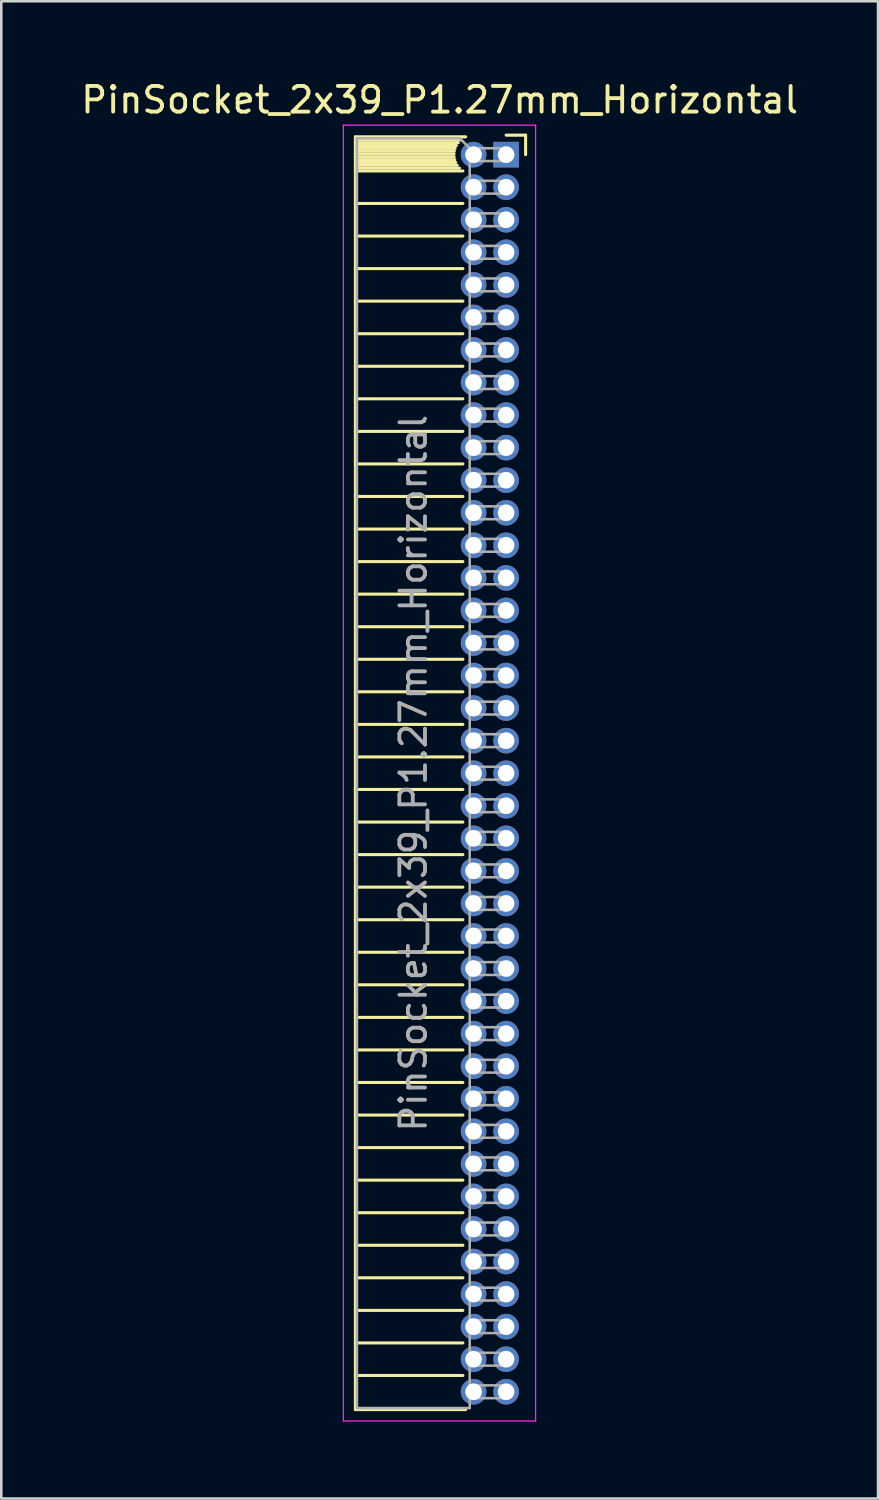
<source format=kicad_pcb>
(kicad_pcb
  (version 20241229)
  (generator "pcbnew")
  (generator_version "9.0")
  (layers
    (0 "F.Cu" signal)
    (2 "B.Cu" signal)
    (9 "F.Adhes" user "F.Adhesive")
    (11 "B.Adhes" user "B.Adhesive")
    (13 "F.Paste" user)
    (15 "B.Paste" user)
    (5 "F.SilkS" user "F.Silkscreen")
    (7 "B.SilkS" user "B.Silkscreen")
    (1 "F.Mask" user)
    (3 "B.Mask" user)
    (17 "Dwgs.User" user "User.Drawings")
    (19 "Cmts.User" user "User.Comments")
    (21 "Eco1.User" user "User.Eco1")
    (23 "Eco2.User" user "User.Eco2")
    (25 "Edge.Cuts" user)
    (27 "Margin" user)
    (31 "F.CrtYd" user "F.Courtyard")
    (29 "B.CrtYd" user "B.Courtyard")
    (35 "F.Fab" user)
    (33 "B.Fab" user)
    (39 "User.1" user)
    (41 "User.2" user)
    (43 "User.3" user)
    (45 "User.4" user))
  (footprint "PinSocket_2x39_P1.27mm_Horizontal"
    (layer "F.Cu")
    (at 16.694 2.983)
    (property "Reference" "PinSocket_2x39_P1.27mm_Horizontal" (at -2.592 -2.135 0) (layer "F.SilkS") (effects (font (size 1 1) (thickness 0.15))))
    (attr through_hole)
    (fp_line (start -5.88 -0.695) (end -5.88 48.955) (stroke (width 0.12) (type solid)) (layer "F.SilkS"))
    (fp_line (start -5.88 -0.695) (end -1.578 -0.695) (stroke (width 0.12) (type solid)) (layer "F.SilkS"))
    (fp_line (start -5.88 -0.575) (end -1.767 -0.575) (stroke (width 0.12) (type solid)) (layer "F.SilkS"))
    (fp_line (start -5.88 -0.465) (end -1.871 -0.465) (stroke (width 0.12) (type solid)) (layer "F.SilkS"))
    (fp_line (start -5.88 -0.355) (end -1.942 -0.355) (stroke (width 0.12) (type solid)) (layer "F.SilkS"))
    (fp_line (start -5.88 -0.245) (end -1.989 -0.245) (stroke (width 0.12) (type solid)) (layer "F.SilkS"))
    (fp_line (start -5.88 -0.135) (end -2.018 -0.135) (stroke (width 0.12) (type solid)) (layer "F.SilkS"))
    (fp_line (start -5.88 -0.025) (end -2.03 -0.025) (stroke (width 0.12) (type solid)) (layer "F.SilkS"))
    (fp_line (start -5.88 0.085) (end -2.025 0.085) (stroke (width 0.12) (type solid)) (layer "F.SilkS"))
    (fp_line (start -5.88 0.195) (end -2.005 0.195) (stroke (width 0.12) (type solid)) (layer "F.SilkS"))
    (fp_line (start -5.88 0.305) (end -1.966 0.305) (stroke (width 0.12) (type solid)) (layer "F.SilkS"))
    (fp_line (start -5.88 0.415) (end -1.907 0.415) (stroke (width 0.12) (type solid)) (layer "F.SilkS"))
    (fp_line (start -5.88 0.525) (end -1.82 0.525) (stroke (width 0.12) (type solid)) (layer "F.SilkS"))
    (fp_line (start -5.88 0.635) (end -1.688 0.635) (stroke (width 0.12) (type solid)) (layer "F.SilkS"))
    (fp_line (start -5.88 1.905) (end -1.688 1.905) (stroke (width 0.12) (type solid)) (layer "F.SilkS"))
    (fp_line (start -5.88 3.175) (end -1.688 3.175) (stroke (width 0.12) (type solid)) (layer "F.SilkS"))
    (fp_line (start -5.88 4.445) (end -1.688 4.445) (stroke (width 0.12) (type solid)) (layer "F.SilkS"))
    (fp_line (start -5.88 5.715) (end -1.688 5.715) (stroke (width 0.12) (type solid)) (layer "F.SilkS"))
    (fp_line (start -5.88 6.985) (end -1.688 6.985) (stroke (width 0.12) (type solid)) (layer "F.SilkS"))
    (fp_line (start -5.88 8.255) (end -1.688 8.255) (stroke (width 0.12) (type solid)) (layer "F.SilkS"))
    (fp_line (start -5.88 9.525) (end -1.688 9.525) (stroke (width 0.12) (type solid)) (layer "F.SilkS"))
    (fp_line (start -5.88 10.795) (end -1.688 10.795) (stroke (width 0.12) (type solid)) (layer "F.SilkS"))
    (fp_line (start -5.88 12.065) (end -1.688 12.065) (stroke (width 0.12) (type solid)) (layer "F.SilkS"))
    (fp_line (start -5.88 13.335) (end -1.688 13.335) (stroke (width 0.12) (type solid)) (layer "F.SilkS"))
    (fp_line (start -5.88 14.605) (end -1.688 14.605) (stroke (width 0.12) (type solid)) (layer "F.SilkS"))
    (fp_line (start -5.88 15.875) (end -1.688 15.875) (stroke (width 0.12) (type solid)) (layer "F.SilkS"))
    (fp_line (start -5.88 17.145) (end -1.688 17.145) (stroke (width 0.12) (type solid)) (layer "F.SilkS"))
    (fp_line (start -5.88 18.415) (end -1.688 18.415) (stroke (width 0.12) (type solid)) (layer "F.SilkS"))
    (fp_line (start -5.88 19.685) (end -1.688 19.685) (stroke (width 0.12) (type solid)) (layer "F.SilkS"))
    (fp_line (start -5.88 20.955) (end -1.688 20.955) (stroke (width 0.12) (type solid)) (layer "F.SilkS"))
    (fp_line (start -5.88 22.225) (end -1.688 22.225) (stroke (width 0.12) (type solid)) (layer "F.SilkS"))
    (fp_line (start -5.88 23.495) (end -1.688 23.495) (stroke (width 0.12) (type solid)) (layer "F.SilkS"))
    (fp_line (start -5.88 24.765) (end -1.688 24.765) (stroke (width 0.12) (type solid)) (layer "F.SilkS"))
    (fp_line (start -5.88 26.035) (end -1.688 26.035) (stroke (width 0.12) (type solid)) (layer "F.SilkS"))
    (fp_line (start -5.88 27.305) (end -1.688 27.305) (stroke (width 0.12) (type solid)) (layer "F.SilkS"))
    (fp_line (start -5.88 28.575) (end -1.688 28.575) (stroke (width 0.12) (type solid)) (layer "F.SilkS"))
    (fp_line (start -5.88 29.845) (end -1.688 29.845) (stroke (width 0.12) (type solid)) (layer "F.SilkS"))
    (fp_line (start -5.88 31.115) (end -1.688 31.115) (stroke (width 0.12) (type solid)) (layer "F.SilkS"))
    (fp_line (start -5.88 32.385) (end -1.688 32.385) (stroke (width 0.12) (type solid)) (layer "F.SilkS"))
    (fp_line (start -5.88 33.655) (end -1.688 33.655) (stroke (width 0.12) (type solid)) (layer "F.SilkS"))
    (fp_line (start -5.88 34.925) (end -1.688 34.925) (stroke (width 0.12) (type solid)) (layer "F.SilkS"))
    (fp_line (start -5.88 36.195) (end -1.688 36.195) (stroke (width 0.12) (type solid)) (layer "F.SilkS"))
    (fp_line (start -5.88 37.465) (end -1.688 37.465) (stroke (width 0.12) (type solid)) (layer "F.SilkS"))
    (fp_line (start -5.88 38.735) (end -1.688 38.735) (stroke (width 0.12) (type solid)) (layer "F.SilkS"))
    (fp_line (start -5.88 40.005) (end -1.688 40.005) (stroke (width 0.12) (type solid)) (layer "F.SilkS"))
    (fp_line (start -5.88 41.275) (end -1.688 41.275) (stroke (width 0.12) (type solid)) (layer "F.SilkS"))
    (fp_line (start -5.88 42.545) (end -1.688 42.545) (stroke (width 0.12) (type solid)) (layer "F.SilkS"))
    (fp_line (start -5.88 43.815) (end -1.688 43.815) (stroke (width 0.12) (type solid)) (layer "F.SilkS"))
    (fp_line (start -5.88 45.085) (end -1.688 45.085) (stroke (width 0.12) (type solid)) (layer "F.SilkS"))
    (fp_line (start -5.88 46.355) (end -1.688 46.355) (stroke (width 0.12) (type solid)) (layer "F.SilkS"))
    (fp_line (start -5.88 47.625) (end -1.688 47.625) (stroke (width 0.12) (type solid)) (layer "F.SilkS"))
    (fp_line (start -5.88 48.955) (end -1.578 48.955) (stroke (width 0.12) (type solid)) (layer "F.SilkS"))
    (fp_line (start 0 -0.76) (end 0.76 -0.76) (stroke (width 0.12) (type solid)) (layer "F.SilkS"))
    (fp_line (start 0.76 -0.76) (end 0.76 0) (stroke (width 0.12) (type solid)) (layer "F.SilkS"))
    (fp_line (start -6.35 -1.15) (end -6.35 49.4) (stroke (width 0.05) (type solid)) (layer "F.CrtYd"))
    (fp_line (start -6.35 49.4) (end 1.15 49.4) (stroke (width 0.05) (type solid)) (layer "F.CrtYd"))
    (fp_line (start 1.15 -1.15) (end -6.35 -1.15) (stroke (width 0.05) (type solid)) (layer "F.CrtYd"))
    (fp_line (start 1.15 49.4) (end 1.15 -1.15) (stroke (width 0.05) (type solid)) (layer "F.CrtYd"))
    (fp_line (start -5.82 -0.635) (end -1.805 -0.635) (stroke (width 0.1) (type solid)) (layer "F.Fab"))
    (fp_line (start -5.82 48.895) (end -5.82 -0.635) (stroke (width 0.1) (type solid)) (layer "F.Fab"))
    (fp_line (start -1.805 -0.635) (end -1.42 -0.25) (stroke (width 0.1) (type solid)) (layer "F.Fab"))
    (fp_line (start -1.42 -0.25) (end -1.42 48.895) (stroke (width 0.1) (type solid)) (layer "F.Fab"))
    (fp_line (start -1.42 0.25) (end 0 0.25) (stroke (width 0.1) (type solid)) (layer "F.Fab"))
    (fp_line (start -1.42 1.52) (end 0 1.52) (stroke (width 0.1) (type solid)) (layer "F.Fab"))
    (fp_line (start -1.42 2.79) (end 0 2.79) (stroke (width 0.1) (type solid)) (layer "F.Fab"))
    (fp_line (start -1.42 4.06) (end 0 4.06) (stroke (width 0.1) (type solid)) (layer "F.Fab"))
    (fp_line (start -1.42 5.33) (end 0 5.33) (stroke (width 0.1) (type solid)) (layer "F.Fab"))
    (fp_line (start -1.42 6.6) (end 0 6.6) (stroke (width 0.1) (type solid)) (layer "F.Fab"))
    (fp_line (start -1.42 7.87) (end 0 7.87) (stroke (width 0.1) (type solid)) (layer "F.Fab"))
    (fp_line (start -1.42 9.14) (end 0 9.14) (stroke (width 0.1) (type solid)) (layer "F.Fab"))
    (fp_line (start -1.42 10.41) (end 0 10.41) (stroke (width 0.1) (type solid)) (layer "F.Fab"))
    (fp_line (start -1.42 11.68) (end 0 11.68) (stroke (width 0.1) (type solid)) (layer "F.Fab"))
    (fp_line (start -1.42 12.95) (end 0 12.95) (stroke (width 0.1) (type solid)) (layer "F.Fab"))
    (fp_line (start -1.42 14.22) (end 0 14.22) (stroke (width 0.1) (type solid)) (layer "F.Fab"))
    (fp_line (start -1.42 15.49) (end 0 15.49) (stroke (width 0.1) (type solid)) (layer "F.Fab"))
    (fp_line (start -1.42 16.76) (end 0 16.76) (stroke (width 0.1) (type solid)) (layer "F.Fab"))
    (fp_line (start -1.42 18.03) (end 0 18.03) (stroke (width 0.1) (type solid)) (layer "F.Fab"))
    (fp_line (start -1.42 19.3) (end 0 19.3) (stroke (width 0.1) (type solid)) (layer "F.Fab"))
    (fp_line (start -1.42 20.57) (end 0 20.57) (stroke (width 0.1) (type solid)) (layer "F.Fab"))
    (fp_line (start -1.42 21.84) (end 0 21.84) (stroke (width 0.1) (type solid)) (layer "F.Fab"))
    (fp_line (start -1.42 23.11) (end 0 23.11) (stroke (width 0.1) (type solid)) (layer "F.Fab"))
    (fp_line (start -1.42 24.38) (end 0 24.38) (stroke (width 0.1) (type solid)) (layer "F.Fab"))
    (fp_line (start -1.42 25.65) (end 0 25.65) (stroke (width 0.1) (type solid)) (layer "F.Fab"))
    (fp_line (start -1.42 26.92) (end 0 26.92) (stroke (width 0.1) (type solid)) (layer "F.Fab"))
    (fp_line (start -1.42 28.19) (end 0 28.19) (stroke (width 0.1) (type solid)) (layer "F.Fab"))
    (fp_line (start -1.42 29.46) (end 0 29.46) (stroke (width 0.1) (type solid)) (layer "F.Fab"))
    (fp_line (start -1.42 30.73) (end 0 30.73) (stroke (width 0.1) (type solid)) (layer "F.Fab"))
    (fp_line (start -1.42 32) (end 0 32) (stroke (width 0.1) (type solid)) (layer "F.Fab"))
    (fp_line (start -1.42 33.27) (end 0 33.27) (stroke (width 0.1) (type solid)) (layer "F.Fab"))
    (fp_line (start -1.42 34.54) (end 0 34.54) (stroke (width 0.1) (type solid)) (layer "F.Fab"))
    (fp_line (start -1.42 35.81) (end 0 35.81) (stroke (width 0.1) (type solid)) (layer "F.Fab"))
    (fp_line (start -1.42 37.08) (end 0 37.08) (stroke (width 0.1) (type solid)) (layer "F.Fab"))
    (fp_line (start -1.42 38.35) (end 0 38.35) (stroke (width 0.1) (type solid)) (layer "F.Fab"))
    (fp_line (start -1.42 39.62) (end 0 39.62) (stroke (width 0.1) (type solid)) (layer "F.Fab"))
    (fp_line (start -1.42 40.89) (end 0 40.89) (stroke (width 0.1) (type solid)) (layer "F.Fab"))
    (fp_line (start -1.42 42.16) (end 0 42.16) (stroke (width 0.1) (type solid)) (layer "F.Fab"))
    (fp_line (start -1.42 43.43) (end 0 43.43) (stroke (width 0.1) (type solid)) (layer "F.Fab"))
    (fp_line (start -1.42 44.7) (end 0 44.7) (stroke (width 0.1) (type solid)) (layer "F.Fab"))
    (fp_line (start -1.42 45.97) (end 0 45.97) (stroke (width 0.1) (type solid)) (layer "F.Fab"))
    (fp_line (start -1.42 47.24) (end 0 47.24) (stroke (width 0.1) (type solid)) (layer "F.Fab"))
    (fp_line (start -1.42 48.51) (end 0 48.51) (stroke (width 0.1) (type solid)) (layer "F.Fab"))
    (fp_line (start -1.42 48.895) (end -5.82 48.895) (stroke (width 0.1) (type solid)) (layer "F.Fab"))
    (fp_line (start 0 -0.25) (end -1.42 -0.25) (stroke (width 0.1) (type solid)) (layer "F.Fab"))
    (fp_line (start 0 0.25) (end 0 -0.25) (stroke (width 0.1) (type solid)) (layer "F.Fab"))
    (fp_line (start 0 1.02) (end -1.42 1.02) (stroke (width 0.1) (type solid)) (layer "F.Fab"))
    (fp_line (start 0 1.52) (end 0 1.02) (stroke (width 0.1) (type solid)) (layer "F.Fab"))
    (fp_line (start 0 2.29) (end -1.42 2.29) (stroke (width 0.1) (type solid)) (layer "F.Fab"))
    (fp_line (start 0 2.79) (end 0 2.29) (stroke (width 0.1) (type solid)) (layer "F.Fab"))
    (fp_line (start 0 3.56) (end -1.42 3.56) (stroke (width 0.1) (type solid)) (layer "F.Fab"))
    (fp_line (start 0 4.06) (end 0 3.56) (stroke (width 0.1) (type solid)) (layer "F.Fab"))
    (fp_line (start 0 4.83) (end -1.42 4.83) (stroke (width 0.1) (type solid)) (layer "F.Fab"))
    (fp_line (start 0 5.33) (end 0 4.83) (stroke (width 0.1) (type solid)) (layer "F.Fab"))
    (fp_line (start 0 6.1) (end -1.42 6.1) (stroke (width 0.1) (type solid)) (layer "F.Fab"))
    (fp_line (start 0 6.6) (end 0 6.1) (stroke (width 0.1) (type solid)) (layer "F.Fab"))
    (fp_line (start 0 7.37) (end -1.42 7.37) (stroke (width 0.1) (type solid)) (layer "F.Fab"))
    (fp_line (start 0 7.87) (end 0 7.37) (stroke (width 0.1) (type solid)) (layer "F.Fab"))
    (fp_line (start 0 8.64) (end -1.42 8.64) (stroke (width 0.1) (type solid)) (layer "F.Fab"))
    (fp_line (start 0 9.14) (end 0 8.64) (stroke (width 0.1) (type solid)) (layer "F.Fab"))
    (fp_line (start 0 9.91) (end -1.42 9.91) (stroke (width 0.1) (type solid)) (layer "F.Fab"))
    (fp_line (start 0 10.41) (end 0 9.91) (stroke (width 0.1) (type solid)) (layer "F.Fab"))
    (fp_line (start 0 11.18) (end -1.42 11.18) (stroke (width 0.1) (type solid)) (layer "F.Fab"))
    (fp_line (start 0 11.68) (end 0 11.18) (stroke (width 0.1) (type solid)) (layer "F.Fab"))
    (fp_line (start 0 12.45) (end -1.42 12.45) (stroke (width 0.1) (type solid)) (layer "F.Fab"))
    (fp_line (start 0 12.95) (end 0 12.45) (stroke (width 0.1) (type solid)) (layer "F.Fab"))
    (fp_line (start 0 13.72) (end -1.42 13.72) (stroke (width 0.1) (type solid)) (layer "F.Fab"))
    (fp_line (start 0 14.22) (end 0 13.72) (stroke (width 0.1) (type solid)) (layer "F.Fab"))
    (fp_line (start 0 14.99) (end -1.42 14.99) (stroke (width 0.1) (type solid)) (layer "F.Fab"))
    (fp_line (start 0 15.49) (end 0 14.99) (stroke (width 0.1) (type solid)) (layer "F.Fab"))
    (fp_line (start 0 16.26) (end -1.42 16.26) (stroke (width 0.1) (type solid)) (layer "F.Fab"))
    (fp_line (start 0 16.76) (end 0 16.26) (stroke (width 0.1) (type solid)) (layer "F.Fab"))
    (fp_line (start 0 17.53) (end -1.42 17.53) (stroke (width 0.1) (type solid)) (layer "F.Fab"))
    (fp_line (start 0 18.03) (end 0 17.53) (stroke (width 0.1) (type solid)) (layer "F.Fab"))
    (fp_line (start 0 18.8) (end -1.42 18.8) (stroke (width 0.1) (type solid)) (layer "F.Fab"))
    (fp_line (start 0 19.3) (end 0 18.8) (stroke (width 0.1) (type solid)) (layer "F.Fab"))
    (fp_line (start 0 20.07) (end -1.42 20.07) (stroke (width 0.1) (type solid)) (layer "F.Fab"))
    (fp_line (start 0 20.57) (end 0 20.07) (stroke (width 0.1) (type solid)) (layer "F.Fab"))
    (fp_line (start 0 21.34) (end -1.42 21.34) (stroke (width 0.1) (type solid)) (layer "F.Fab"))
    (fp_line (start 0 21.84) (end 0 21.34) (stroke (width 0.1) (type solid)) (layer "F.Fab"))
    (fp_line (start 0 22.61) (end -1.42 22.61) (stroke (width 0.1) (type solid)) (layer "F.Fab"))
    (fp_line (start 0 23.11) (end 0 22.61) (stroke (width 0.1) (type solid)) (layer "F.Fab"))
    (fp_line (start 0 23.88) (end -1.42 23.88) (stroke (width 0.1) (type solid)) (layer "F.Fab"))
    (fp_line (start 0 24.38) (end 0 23.88) (stroke (width 0.1) (type solid)) (layer "F.Fab"))
    (fp_line (start 0 25.15) (end -1.42 25.15) (stroke (width 0.1) (type solid)) (layer "F.Fab"))
    (fp_line (start 0 25.65) (end 0 25.15) (stroke (width 0.1) (type solid)) (layer "F.Fab"))
    (fp_line (start 0 26.42) (end -1.42 26.42) (stroke (width 0.1) (type solid)) (layer "F.Fab"))
    (fp_line (start 0 26.92) (end 0 26.42) (stroke (width 0.1) (type solid)) (layer "F.Fab"))
    (fp_line (start 0 27.69) (end -1.42 27.69) (stroke (width 0.1) (type solid)) (layer "F.Fab"))
    (fp_line (start 0 28.19) (end 0 27.69) (stroke (width 0.1) (type solid)) (layer "F.Fab"))
    (fp_line (start 0 28.96) (end -1.42 28.96) (stroke (width 0.1) (type solid)) (layer "F.Fab"))
    (fp_line (start 0 29.46) (end 0 28.96) (stroke (width 0.1) (type solid)) (layer "F.Fab"))
    (fp_line (start 0 30.23) (end -1.42 30.23) (stroke (width 0.1) (type solid)) (layer "F.Fab"))
    (fp_line (start 0 30.73) (end 0 30.23) (stroke (width 0.1) (type solid)) (layer "F.Fab"))
    (fp_line (start 0 31.5) (end -1.42 31.5) (stroke (width 0.1) (type solid)) (layer "F.Fab"))
    (fp_line (start 0 32) (end 0 31.5) (stroke (width 0.1) (type solid)) (layer "F.Fab"))
    (fp_line (start 0 32.77) (end -1.42 32.77) (stroke (width 0.1) (type solid)) (layer "F.Fab"))
    (fp_line (start 0 33.27) (end 0 32.77) (stroke (width 0.1) (type solid)) (layer "F.Fab"))
    (fp_line (start 0 34.04) (end -1.42 34.04) (stroke (width 0.1) (type solid)) (layer "F.Fab"))
    (fp_line (start 0 34.54) (end 0 34.04) (stroke (width 0.1) (type solid)) (layer "F.Fab"))
    (fp_line (start 0 35.31) (end -1.42 35.31) (stroke (width 0.1) (type solid)) (layer "F.Fab"))
    (fp_line (start 0 35.81) (end 0 35.31) (stroke (width 0.1) (type solid)) (layer "F.Fab"))
    (fp_line (start 0 36.58) (end -1.42 36.58) (stroke (width 0.1) (type solid)) (layer "F.Fab"))
    (fp_line (start 0 37.08) (end 0 36.58) (stroke (width 0.1) (type solid)) (layer "F.Fab"))
    (fp_line (start 0 37.85) (end -1.42 37.85) (stroke (width 0.1) (type solid)) (layer "F.Fab"))
    (fp_line (start 0 38.35) (end 0 37.85) (stroke (width 0.1) (type solid)) (layer "F.Fab"))
    (fp_line (start 0 39.12) (end -1.42 39.12) (stroke (width 0.1) (type solid)) (layer "F.Fab"))
    (fp_line (start 0 39.62) (end 0 39.12) (stroke (width 0.1) (type solid)) (layer "F.Fab"))
    (fp_line (start 0 40.39) (end -1.42 40.39) (stroke (width 0.1) (type solid)) (layer "F.Fab"))
    (fp_line (start 0 40.89) (end 0 40.39) (stroke (width 0.1) (type solid)) (layer "F.Fab"))
    (fp_line (start 0 41.66) (end -1.42 41.66) (stroke (width 0.1) (type solid)) (layer "F.Fab"))
    (fp_line (start 0 42.16) (end 0 41.66) (stroke (width 0.1) (type solid)) (layer "F.Fab"))
    (fp_line (start 0 42.93) (end -1.42 42.93) (stroke (width 0.1) (type solid)) (layer "F.Fab"))
    (fp_line (start 0 43.43) (end 0 42.93) (stroke (width 0.1) (type solid)) (layer "F.Fab"))
    (fp_line (start 0 44.2) (end -1.42 44.2) (stroke (width 0.1) (type solid)) (layer "F.Fab"))
    (fp_line (start 0 44.7) (end 0 44.2) (stroke (width 0.1) (type solid)) (layer "F.Fab"))
    (fp_line (start 0 45.47) (end -1.42 45.47) (stroke (width 0.1) (type solid)) (layer "F.Fab"))
    (fp_line (start 0 45.97) (end 0 45.47) (stroke (width 0.1) (type solid)) (layer "F.Fab"))
    (fp_line (start 0 46.74) (end -1.42 46.74) (stroke (width 0.1) (type solid)) (layer "F.Fab"))
    (fp_line (start 0 47.24) (end 0 46.74) (stroke (width 0.1) (type solid)) (layer "F.Fab"))
    (fp_line (start 0 48.01) (end -1.42 48.01) (stroke (width 0.1) (type solid)) (layer "F.Fab"))
    (fp_line (start 0 48.51) (end 0 48.01) (stroke (width 0.1) (type solid)) (layer "F.Fab"))
    (fp_text user "${REFERENCE}" (at -3.62 24.13 90) (layer "F.Fab") (effects (font (size 1 1) (thickness 0.15))))
    (pad "1" thru_hole rect (at 0 0) (size 1 1) (drill 0.65) (layers "*.Cu" "*.Mask"))
    (pad "2" thru_hole circle (at -1.27 0) (size 1 1) (drill 0.65) (layers "*.Cu" "*.Mask"))
    (pad "3" thru_hole circle (at 0 1.27) (size 1 1) (drill 0.65) (layers "*.Cu" "*.Mask"))
    (pad "4" thru_hole circle (at -1.27 1.27) (size 1 1) (drill 0.65) (layers "*.Cu" "*.Mask"))
    (pad "5" thru_hole circle (at 0 2.54) (size 1 1) (drill 0.65) (layers "*.Cu" "*.Mask"))
    (pad "6" thru_hole circle (at -1.27 2.54) (size 1 1) (drill 0.65) (layers "*.Cu" "*.Mask"))
    (pad "7" thru_hole circle (at 0 3.81) (size 1 1) (drill 0.65) (layers "*.Cu" "*.Mask"))
    (pad "8" thru_hole circle (at -1.27 3.81) (size 1 1) (drill 0.65) (layers "*.Cu" "*.Mask"))
    (pad "9" thru_hole circle (at 0 5.08) (size 1 1) (drill 0.65) (layers "*.Cu" "*.Mask"))
    (pad "10" thru_hole circle (at -1.27 5.08) (size 1 1) (drill 0.65) (layers "*.Cu" "*.Mask"))
    (pad "11" thru_hole circle (at 0 6.35) (size 1 1) (drill 0.65) (layers "*.Cu" "*.Mask"))
    (pad "12" thru_hole circle (at -1.27 6.35) (size 1 1) (drill 0.65) (layers "*.Cu" "*.Mask"))
    (pad "13" thru_hole circle (at 0 7.62) (size 1 1) (drill 0.65) (layers "*.Cu" "*.Mask"))
    (pad "14" thru_hole circle (at -1.27 7.62) (size 1 1) (drill 0.65) (layers "*.Cu" "*.Mask"))
    (pad "15" thru_hole circle (at 0 8.89) (size 1 1) (drill 0.65) (layers "*.Cu" "*.Mask"))
    (pad "16" thru_hole circle (at -1.27 8.89) (size 1 1) (drill 0.65) (layers "*.Cu" "*.Mask"))
    (pad "17" thru_hole circle (at 0 10.16) (size 1 1) (drill 0.65) (layers "*.Cu" "*.Mask"))
    (pad "18" thru_hole circle (at -1.27 10.16) (size 1 1) (drill 0.65) (layers "*.Cu" "*.Mask"))
    (pad "19" thru_hole circle (at 0 11.43) (size 1 1) (drill 0.65) (layers "*.Cu" "*.Mask"))
    (pad "20" thru_hole circle (at -1.27 11.43) (size 1 1) (drill 0.65) (layers "*.Cu" "*.Mask"))
    (pad "21" thru_hole circle (at 0 12.7) (size 1 1) (drill 0.65) (layers "*.Cu" "*.Mask"))
    (pad "22" thru_hole circle (at -1.27 12.7) (size 1 1) (drill 0.65) (layers "*.Cu" "*.Mask"))
    (pad "23" thru_hole circle (at 0 13.97) (size 1 1) (drill 0.65) (layers "*.Cu" "*.Mask"))
    (pad "24" thru_hole circle (at -1.27 13.97) (size 1 1) (drill 0.65) (layers "*.Cu" "*.Mask"))
    (pad "25" thru_hole circle (at 0 15.24) (size 1 1) (drill 0.65) (layers "*.Cu" "*.Mask"))
    (pad "26" thru_hole circle (at -1.27 15.24) (size 1 1) (drill 0.65) (layers "*.Cu" "*.Mask"))
    (pad "27" thru_hole circle (at 0 16.51) (size 1 1) (drill 0.65) (layers "*.Cu" "*.Mask"))
    (pad "28" thru_hole circle (at -1.27 16.51) (size 1 1) (drill 0.65) (layers "*.Cu" "*.Mask"))
    (pad "29" thru_hole circle (at 0 17.78) (size 1 1) (drill 0.65) (layers "*.Cu" "*.Mask"))
    (pad "30" thru_hole circle (at -1.27 17.78) (size 1 1) (drill 0.65) (layers "*.Cu" "*.Mask"))
    (pad "31" thru_hole circle (at 0 19.05) (size 1 1) (drill 0.65) (layers "*.Cu" "*.Mask"))
    (pad "32" thru_hole circle (at -1.27 19.05) (size 1 1) (drill 0.65) (layers "*.Cu" "*.Mask"))
    (pad "33" thru_hole circle (at 0 20.32) (size 1 1) (drill 0.65) (layers "*.Cu" "*.Mask"))
    (pad "34" thru_hole circle (at -1.27 20.32) (size 1 1) (drill 0.65) (layers "*.Cu" "*.Mask"))
    (pad "35" thru_hole circle (at 0 21.59) (size 1 1) (drill 0.65) (layers "*.Cu" "*.Mask"))
    (pad "36" thru_hole circle (at -1.27 21.59) (size 1 1) (drill 0.65) (layers "*.Cu" "*.Mask"))
    (pad "37" thru_hole circle (at 0 22.86) (size 1 1) (drill 0.65) (layers "*.Cu" "*.Mask"))
    (pad "38" thru_hole circle (at -1.27 22.86) (size 1 1) (drill 0.65) (layers "*.Cu" "*.Mask"))
    (pad "39" thru_hole circle (at 0 24.13) (size 1 1) (drill 0.65) (layers "*.Cu" "*.Mask"))
    (pad "40" thru_hole circle (at -1.27 24.13) (size 1 1) (drill 0.65) (layers "*.Cu" "*.Mask"))
    (pad "41" thru_hole circle (at 0 25.4) (size 1 1) (drill 0.65) (layers "*.Cu" "*.Mask"))
    (pad "42" thru_hole circle (at -1.27 25.4) (size 1 1) (drill 0.65) (layers "*.Cu" "*.Mask"))
    (pad "43" thru_hole circle (at 0 26.67) (size 1 1) (drill 0.65) (layers "*.Cu" "*.Mask"))
    (pad "44" thru_hole circle (at -1.27 26.67) (size 1 1) (drill 0.65) (layers "*.Cu" "*.Mask"))
    (pad "45" thru_hole circle (at 0 27.94) (size 1 1) (drill 0.65) (layers "*.Cu" "*.Mask"))
    (pad "46" thru_hole circle (at -1.27 27.94) (size 1 1) (drill 0.65) (layers "*.Cu" "*.Mask"))
    (pad "47" thru_hole circle (at 0 29.21) (size 1 1) (drill 0.65) (layers "*.Cu" "*.Mask"))
    (pad "48" thru_hole circle (at -1.27 29.21) (size 1 1) (drill 0.65) (layers "*.Cu" "*.Mask"))
    (pad "49" thru_hole circle (at 0 30.48) (size 1 1) (drill 0.65) (layers "*.Cu" "*.Mask"))
    (pad "50" thru_hole circle (at -1.27 30.48) (size 1 1) (drill 0.65) (layers "*.Cu" "*.Mask"))
    (pad "51" thru_hole circle (at 0 31.75) (size 1 1) (drill 0.65) (layers "*.Cu" "*.Mask"))
    (pad "52" thru_hole circle (at -1.27 31.75) (size 1 1) (drill 0.65) (layers "*.Cu" "*.Mask"))
    (pad "53" thru_hole circle (at 0 33.02) (size 1 1) (drill 0.65) (layers "*.Cu" "*.Mask"))
    (pad "54" thru_hole circle (at -1.27 33.02) (size 1 1) (drill 0.65) (layers "*.Cu" "*.Mask"))
    (pad "55" thru_hole circle (at 0 34.29) (size 1 1) (drill 0.65) (layers "*.Cu" "*.Mask"))
    (pad "56" thru_hole circle (at -1.27 34.29) (size 1 1) (drill 0.65) (layers "*.Cu" "*.Mask"))
    (pad "57" thru_hole circle (at 0 35.56) (size 1 1) (drill 0.65) (layers "*.Cu" "*.Mask"))
    (pad "58" thru_hole circle (at -1.27 35.56) (size 1 1) (drill 0.65) (layers "*.Cu" "*.Mask"))
    (pad "59" thru_hole circle (at 0 36.83) (size 1 1) (drill 0.65) (layers "*.Cu" "*.Mask"))
    (pad "60" thru_hole circle (at -1.27 36.83) (size 1 1) (drill 0.65) (layers "*.Cu" "*.Mask"))
    (pad "61" thru_hole circle (at 0 38.1) (size 1 1) (drill 0.65) (layers "*.Cu" "*.Mask"))
    (pad "62" thru_hole circle (at -1.27 38.1) (size 1 1) (drill 0.65) (layers "*.Cu" "*.Mask"))
    (pad "63" thru_hole circle (at 0 39.37) (size 1 1) (drill 0.65) (layers "*.Cu" "*.Mask"))
    (pad "64" thru_hole circle (at -1.27 39.37) (size 1 1) (drill 0.65) (layers "*.Cu" "*.Mask"))
    (pad "65" thru_hole circle (at 0 40.64) (size 1 1) (drill 0.65) (layers "*.Cu" "*.Mask"))
    (pad "66" thru_hole circle (at -1.27 40.64) (size 1 1) (drill 0.65) (layers "*.Cu" "*.Mask"))
    (pad "67" thru_hole circle (at 0 41.91) (size 1 1) (drill 0.65) (layers "*.Cu" "*.Mask"))
    (pad "68" thru_hole circle (at -1.27 41.91) (size 1 1) (drill 0.65) (layers "*.Cu" "*.Mask"))
    (pad "69" thru_hole circle (at 0 43.18) (size 1 1) (drill 0.65) (layers "*.Cu" "*.Mask"))
    (pad "70" thru_hole circle (at -1.27 43.18) (size 1 1) (drill 0.65) (layers "*.Cu" "*.Mask"))
    (pad "71" thru_hole circle (at 0 44.45) (size 1 1) (drill 0.65) (layers "*.Cu" "*.Mask"))
    (pad "72" thru_hole circle (at -1.27 44.45) (size 1 1) (drill 0.65) (layers "*.Cu" "*.Mask"))
    (pad "73" thru_hole circle (at 0 45.72) (size 1 1) (drill 0.65) (layers "*.Cu" "*.Mask"))
    (pad "74" thru_hole circle (at -1.27 45.72) (size 1 1) (drill 0.65) (layers "*.Cu" "*.Mask"))
    (pad "75" thru_hole circle (at 0 46.99) (size 1 1) (drill 0.65) (layers "*.Cu" "*.Mask"))
    (pad "76" thru_hole circle (at -1.27 46.99) (size 1 1) (drill 0.65) (layers "*.Cu" "*.Mask"))
    (pad "77" thru_hole circle (at 0 48.26) (size 1 1) (drill 0.65) (layers "*.Cu" "*.Mask"))
    (pad "78" thru_hole circle (at -1.27 48.26) (size 1 1) (drill 0.65) (layers "*.Cu" "*.Mask")))
  (gr_rect
    (start -3 -3)
    (end 31.202 55.408)
    (stroke (width 0.1) (type default))
    (fill no)
    (layer "Edge.Cuts")))
</source>
